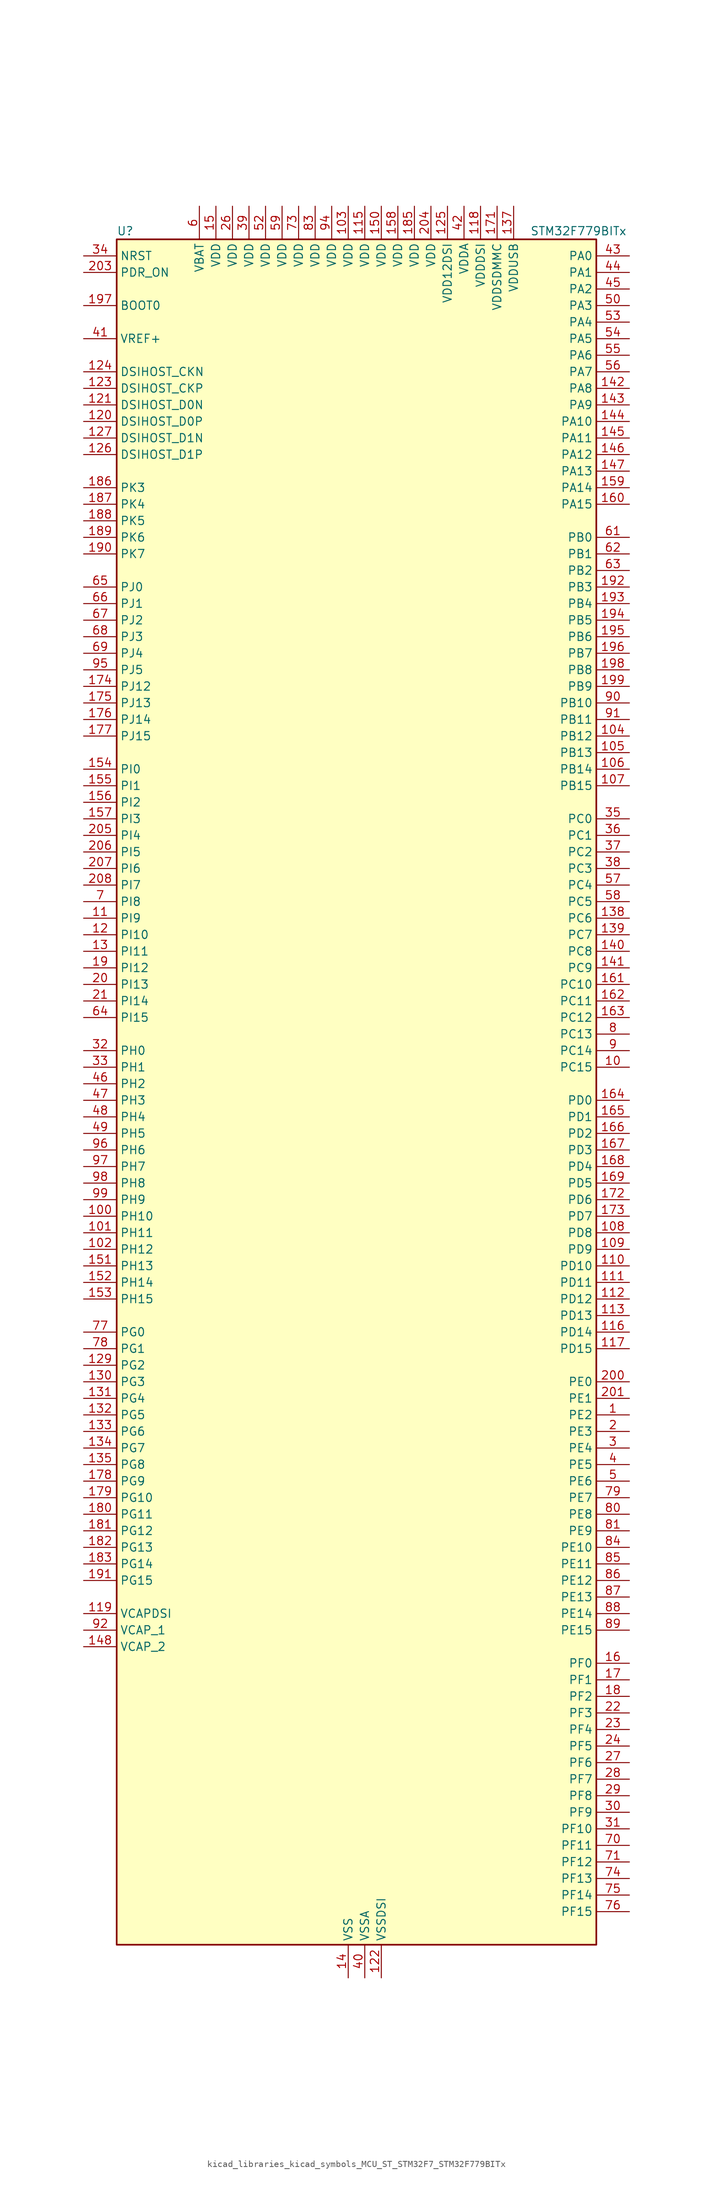
<source format=kicad_sym>
(kicad_symbol_lib
  (version 20220914)
  (generator kicad_symbol_editor)
  (symbol "kicad_libraries_kicad_symbols_MCU_ST_STM32F7_STM32F779BITx"
    (property "Reference" "U"
      (at -35.56 133.35 0)
      (effects (font (size 1.27 1.27)) (justify left)))
    (property "Value" "STM32F779BITx"
      (at 27.94 133.35 0)
      (effects (font (size 1.27 1.27)) (justify left)))
    (property "ki_locked" ""
      (at 0 0 0)
      (effects (font (size 1.27 1.27))))
    (symbol "kicad_libraries_kicad_symbols_MCU_ST_STM32F7_STM32F779BITx_0_1"
      (rectangle (start -35.56 -129.54) (end 38.1 132.08) (stroke (width 0.254) (type default)) (fill (type background))))
    (symbol "kicad_libraries_kicad_symbols_MCU_ST_STM32F7_STM32F779BITx_1_1"
      (pin bidirectional line (at 43.18 -48.26 180) (length 5.08) (name "PE2" (effects (font (size 1.27 1.27)))) (number "1" (effects (font (size 1.27 1.27)))) (alternate "ETH_TXD3" bidirectional line) (alternate "FMC_A23" bidirectional line) (alternate "QUADSPI_BK1_IO2" bidirectional line) (alternate "SAI1_MCLK_A" bidirectional line) (alternate "SPI4_SCK" bidirectional line) (alternate "SYS_TRACECLK" bidirectional line))
      (pin bidirectional line (at 43.18 5.08 180) (length 5.08) (name "PC15" (effects (font (size 1.27 1.27)))) (number "10" (effects (font (size 1.27 1.27)))) (alternate "RCC_OSC32_OUT" bidirectional line))
      (pin bidirectional line (at -40.64 -17.78 0) (length 5.08) (name "PH10" (effects (font (size 1.27 1.27)))) (number "100" (effects (font (size 1.27 1.27)))) (alternate "DCMI_D1" bidirectional line) (alternate "FMC_D18" bidirectional line) (alternate "I2C4_SMBA" bidirectional line) (alternate "LTDC_R4" bidirectional line) (alternate "TIM5_CH1" bidirectional line))
      (pin bidirectional line (at -40.64 -20.32 0) (length 5.08) (name "PH11" (effects (font (size 1.27 1.27)))) (number "101" (effects (font (size 1.27 1.27)))) (alternate "ADC1_EXTI11" bidirectional line) (alternate "ADC2_EXTI11" bidirectional line) (alternate "ADC3_EXTI11" bidirectional line) (alternate "DCMI_D2" bidirectional line) (alternate "FMC_D19" bidirectional line) (alternate "I2C4_SCL" bidirectional line) (alternate "LTDC_R5" bidirectional line) (alternate "TIM5_CH2" bidirectional line))
      (pin bidirectional line (at -40.64 -22.86 0) (length 5.08) (name "PH12" (effects (font (size 1.27 1.27)))) (number "102" (effects (font (size 1.27 1.27)))) (alternate "DCMI_D3" bidirectional line) (alternate "FMC_D20" bidirectional line) (alternate "I2C4_SDA" bidirectional line) (alternate "LTDC_R6" bidirectional line) (alternate "TIM5_CH3" bidirectional line))
      (pin power_in line (at 0 137.16 270) (length 5.08) (name "VDD" (effects (font (size 1.27 1.27)))) (number "103" (effects (font (size 1.27 1.27)))))
      (pin bidirectional line (at 43.18 55.88 180) (length 5.08) (name "PB12" (effects (font (size 1.27 1.27)))) (number "104" (effects (font (size 1.27 1.27)))) (alternate "CAN2_RX" bidirectional line) (alternate "DFSDM1_DATIN1" bidirectional line) (alternate "ETH_TXD0" bidirectional line) (alternate "I2C2_SMBA" bidirectional line) (alternate "I2S2_WS" bidirectional line) (alternate "SPI2_NSS" bidirectional line) (alternate "TIM1_BKIN" bidirectional line) (alternate "UART5_RX" bidirectional line) (alternate "USART3_CK" bidirectional line) (alternate "USB_OTG_HS_ID" bidirectional line) (alternate "USB_OTG_HS_ULPI_D5" bidirectional line))
      (pin bidirectional line (at 43.18 53.34 180) (length 5.08) (name "PB13" (effects (font (size 1.27 1.27)))) (number "105" (effects (font (size 1.27 1.27)))) (alternate "CAN2_TX" bidirectional line) (alternate "DFSDM1_CKIN1" bidirectional line) (alternate "ETH_TXD1" bidirectional line) (alternate "I2S2_CK" bidirectional line) (alternate "SPI2_SCK" bidirectional line) (alternate "TIM1_CH1N" bidirectional line) (alternate "UART5_TX" bidirectional line) (alternate "USART3_CTS" bidirectional line) (alternate "USB_OTG_HS_ULPI_D6" bidirectional line) (alternate "USB_OTG_HS_VBUS" bidirectional line))
      (pin bidirectional line (at 43.18 50.8 180) (length 5.08) (name "PB14" (effects (font (size 1.27 1.27)))) (number "106" (effects (font (size 1.27 1.27)))) (alternate "DFSDM1_DATIN2" bidirectional line) (alternate "SDMMC2_D0" bidirectional line) (alternate "SPI2_MISO" bidirectional line) (alternate "TIM12_CH1" bidirectional line) (alternate "TIM1_CH2N" bidirectional line) (alternate "TIM8_CH2N" bidirectional line) (alternate "UART4_DE" bidirectional line) (alternate "UART4_RTS" bidirectional line) (alternate "USART1_TX" bidirectional line) (alternate "USART3_DE" bidirectional line) (alternate "USART3_RTS" bidirectional line) (alternate "USB_OTG_HS_DM" bidirectional line))
      (pin bidirectional line (at 43.18 48.26 180) (length 5.08) (name "PB15" (effects (font (size 1.27 1.27)))) (number "107" (effects (font (size 1.27 1.27)))) (alternate "DFSDM1_CKIN2" bidirectional line) (alternate "I2S2_SD" bidirectional line) (alternate "RTC_REFIN" bidirectional line) (alternate "SDMMC2_D1" bidirectional line) (alternate "SPI2_MOSI" bidirectional line) (alternate "TIM12_CH2" bidirectional line) (alternate "TIM1_CH3N" bidirectional line) (alternate "TIM8_CH3N" bidirectional line) (alternate "UART4_CTS" bidirectional line) (alternate "USART1_RX" bidirectional line) (alternate "USB_OTG_HS_DP" bidirectional line))
      (pin bidirectional line (at 43.18 -20.32 180) (length 5.08) (name "PD8" (effects (font (size 1.27 1.27)))) (number "108" (effects (font (size 1.27 1.27)))) (alternate "DFSDM1_CKIN3" bidirectional line) (alternate "FMC_D13" bidirectional line) (alternate "FMC_DA13" bidirectional line) (alternate "SPDIFRX_IN1" bidirectional line) (alternate "USART3_TX" bidirectional line))
      (pin bidirectional line (at 43.18 -22.86 180) (length 5.08) (name "PD9" (effects (font (size 1.27 1.27)))) (number "109" (effects (font (size 1.27 1.27)))) (alternate "DAC_EXTI9" bidirectional line) (alternate "DFSDM1_DATIN3" bidirectional line) (alternate "FMC_D14" bidirectional line) (alternate "FMC_DA14" bidirectional line) (alternate "USART3_RX" bidirectional line))
      (pin bidirectional line (at -40.64 27.94 0) (length 5.08) (name "PI9" (effects (font (size 1.27 1.27)))) (number "11" (effects (font (size 1.27 1.27)))) (alternate "CAN1_RX" bidirectional line) (alternate "DAC_EXTI9" bidirectional line) (alternate "FMC_D30" bidirectional line) (alternate "LTDC_VSYNC" bidirectional line) (alternate "UART4_RX" bidirectional line))
      (pin bidirectional line (at 43.18 -25.4 180) (length 5.08) (name "PD10" (effects (font (size 1.27 1.27)))) (number "110" (effects (font (size 1.27 1.27)))) (alternate "DFSDM1_CKOUT" bidirectional line) (alternate "FMC_D15" bidirectional line) (alternate "FMC_DA15" bidirectional line) (alternate "LTDC_B3" bidirectional line) (alternate "USART3_CK" bidirectional line))
      (pin bidirectional line (at 43.18 -27.94 180) (length 5.08) (name "PD11" (effects (font (size 1.27 1.27)))) (number "111" (effects (font (size 1.27 1.27)))) (alternate "ADC1_EXTI11" bidirectional line) (alternate "ADC2_EXTI11" bidirectional line) (alternate "ADC3_EXTI11" bidirectional line) (alternate "FMC_A16" bidirectional line) (alternate "FMC_CLE" bidirectional line) (alternate "I2C4_SMBA" bidirectional line) (alternate "QUADSPI_BK1_IO0" bidirectional line) (alternate "SAI2_SD_A" bidirectional line) (alternate "USART3_CTS" bidirectional line))
      (pin bidirectional line (at 43.18 -30.48 180) (length 5.08) (name "PD12" (effects (font (size 1.27 1.27)))) (number "112" (effects (font (size 1.27 1.27)))) (alternate "FMC_A17" bidirectional line) (alternate "FMC_ALE" bidirectional line) (alternate "I2C4_SCL" bidirectional line) (alternate "LPTIM1_IN1" bidirectional line) (alternate "QUADSPI_BK1_IO1" bidirectional line) (alternate "SAI2_FS_A" bidirectional line) (alternate "TIM4_CH1" bidirectional line) (alternate "USART3_DE" bidirectional line) (alternate "USART3_RTS" bidirectional line))
      (pin bidirectional line (at 43.18 -33.02 180) (length 5.08) (name "PD13" (effects (font (size 1.27 1.27)))) (number "113" (effects (font (size 1.27 1.27)))) (alternate "FMC_A18" bidirectional line) (alternate "I2C4_SDA" bidirectional line) (alternate "LPTIM1_OUT" bidirectional line) (alternate "QUADSPI_BK1_IO3" bidirectional line) (alternate "SAI2_SCK_A" bidirectional line) (alternate "TIM4_CH2" bidirectional line))
      (pin passive line (at 0 -134.62 90) (length 5.08) hide (name "VSS" (effects (font (size 1.27 1.27)))) (number "114" (effects (font (size 1.27 1.27)))))
      (pin power_in line (at 2.54 137.16 270) (length 5.08) (name "VDD" (effects (font (size 1.27 1.27)))) (number "115" (effects (font (size 1.27 1.27)))))
      (pin bidirectional line (at 43.18 -35.56 180) (length 5.08) (name "PD14" (effects (font (size 1.27 1.27)))) (number "116" (effects (font (size 1.27 1.27)))) (alternate "FMC_D0" bidirectional line) (alternate "FMC_DA0" bidirectional line) (alternate "TIM4_CH3" bidirectional line) (alternate "UART8_CTS" bidirectional line))
      (pin bidirectional line (at 43.18 -38.1 180) (length 5.08) (name "PD15" (effects (font (size 1.27 1.27)))) (number "117" (effects (font (size 1.27 1.27)))) (alternate "FMC_D1" bidirectional line) (alternate "FMC_DA1" bidirectional line) (alternate "TIM4_CH4" bidirectional line) (alternate "UART8_DE" bidirectional line) (alternate "UART8_RTS" bidirectional line))
      (pin power_in line (at 20.32 137.16 270) (length 5.08) (name "VDDDSI" (effects (font (size 1.27 1.27)))) (number "118" (effects (font (size 1.27 1.27)))))
      (pin power_out line (at -40.64 -78.74 0) (length 5.08) (name "VCAPDSI" (effects (font (size 1.27 1.27)))) (number "119" (effects (font (size 1.27 1.27)))))
      (pin bidirectional line (at -40.64 25.4 0) (length 5.08) (name "PI10" (effects (font (size 1.27 1.27)))) (number "12" (effects (font (size 1.27 1.27)))) (alternate "ETH_RX_ER" bidirectional line) (alternate "FMC_D31" bidirectional line) (alternate "LTDC_HSYNC" bidirectional line))
      (pin bidirectional line (at -40.64 104.14 0) (length 5.08) (name "DSIHOST_D0P" (effects (font (size 1.27 1.27)))) (number "120" (effects (font (size 1.27 1.27)))) (alternate "DSIHOST_D0P" bidirectional line))
      (pin bidirectional line (at -40.64 106.68 0) (length 5.08) (name "DSIHOST_D0N" (effects (font (size 1.27 1.27)))) (number "121" (effects (font (size 1.27 1.27)))) (alternate "DSIHOST_D0N" bidirectional line))
      (pin power_in line (at 5.08 -134.62 90) (length 5.08) (name "VSSDSI" (effects (font (size 1.27 1.27)))) (number "122" (effects (font (size 1.27 1.27)))))
      (pin bidirectional line (at -40.64 109.22 0) (length 5.08) (name "DSIHOST_CKP" (effects (font (size 1.27 1.27)))) (number "123" (effects (font (size 1.27 1.27)))) (alternate "DSIHOST_CKP" bidirectional line))
      (pin bidirectional line (at -40.64 111.76 0) (length 5.08) (name "DSIHOST_CKN" (effects (font (size 1.27 1.27)))) (number "124" (effects (font (size 1.27 1.27)))) (alternate "DSIHOST_CKN" bidirectional line))
      (pin power_in line (at 15.24 137.16 270) (length 5.08) (name "VDD12DSI" (effects (font (size 1.27 1.27)))) (number "125" (effects (font (size 1.27 1.27)))))
      (pin bidirectional line (at -40.64 99.06 0) (length 5.08) (name "DSIHOST_D1P" (effects (font (size 1.27 1.27)))) (number "126" (effects (font (size 1.27 1.27)))) (alternate "DSIHOST_D1P" bidirectional line))
      (pin bidirectional line (at -40.64 101.6 0) (length 5.08) (name "DSIHOST_D1N" (effects (font (size 1.27 1.27)))) (number "127" (effects (font (size 1.27 1.27)))) (alternate "DSIHOST_D1N" bidirectional line))
      (pin passive line (at 5.08 -134.62 90) (length 5.08) hide (name "VSSDSI" (effects (font (size 1.27 1.27)))) (number "128" (effects (font (size 1.27 1.27)))))
      (pin bidirectional line (at -40.64 -40.64 0) (length 5.08) (name "PG2" (effects (font (size 1.27 1.27)))) (number "129" (effects (font (size 1.27 1.27)))) (alternate "FMC_A12" bidirectional line))
      (pin bidirectional line (at -40.64 22.86 0) (length 5.08) (name "PI11" (effects (font (size 1.27 1.27)))) (number "13" (effects (font (size 1.27 1.27)))) (alternate "ADC1_EXTI11" bidirectional line) (alternate "ADC2_EXTI11" bidirectional line) (alternate "ADC3_EXTI11" bidirectional line) (alternate "LTDC_G6" bidirectional line) (alternate "SYS_WKUP6" bidirectional line) (alternate "USB_OTG_HS_ULPI_DIR" bidirectional line))
      (pin bidirectional line (at -40.64 -43.18 0) (length 5.08) (name "PG3" (effects (font (size 1.27 1.27)))) (number "130" (effects (font (size 1.27 1.27)))) (alternate "FMC_A13" bidirectional line))
      (pin bidirectional line (at -40.64 -45.72 0) (length 5.08) (name "PG4" (effects (font (size 1.27 1.27)))) (number "131" (effects (font (size 1.27 1.27)))) (alternate "FMC_A14" bidirectional line) (alternate "FMC_BA0" bidirectional line))
      (pin bidirectional line (at -40.64 -48.26 0) (length 5.08) (name "PG5" (effects (font (size 1.27 1.27)))) (number "132" (effects (font (size 1.27 1.27)))) (alternate "FMC_A15" bidirectional line) (alternate "FMC_BA1" bidirectional line))
      (pin bidirectional line (at -40.64 -50.8 0) (length 5.08) (name "PG6" (effects (font (size 1.27 1.27)))) (number "133" (effects (font (size 1.27 1.27)))) (alternate "DCMI_D12" bidirectional line) (alternate "FMC_NE3" bidirectional line) (alternate "LTDC_R7" bidirectional line))
      (pin bidirectional line (at -40.64 -53.34 0) (length 5.08) (name "PG7" (effects (font (size 1.27 1.27)))) (number "134" (effects (font (size 1.27 1.27)))) (alternate "DCMI_D13" bidirectional line) (alternate "FMC_INT" bidirectional line) (alternate "LTDC_CLK" bidirectional line) (alternate "SAI1_MCLK_A" bidirectional line) (alternate "USART6_CK" bidirectional line))
      (pin bidirectional line (at -40.64 -55.88 0) (length 5.08) (name "PG8" (effects (font (size 1.27 1.27)))) (number "135" (effects (font (size 1.27 1.27)))) (alternate "ETH_PPS_OUT" bidirectional line) (alternate "FMC_SDCLK" bidirectional line) (alternate "LTDC_G7" bidirectional line) (alternate "SPDIFRX_IN2" bidirectional line) (alternate "SPI6_NSS" bidirectional line) (alternate "USART6_DE" bidirectional line) (alternate "USART6_RTS" bidirectional line))
      (pin passive line (at 0 -134.62 90) (length 5.08) hide (name "VSS" (effects (font (size 1.27 1.27)))) (number "136" (effects (font (size 1.27 1.27)))))
      (pin power_in line (at 25.4 137.16 270) (length 5.08) (name "VDDUSB" (effects (font (size 1.27 1.27)))) (number "137" (effects (font (size 1.27 1.27)))))
      (pin bidirectional line (at 43.18 27.94 180) (length 5.08) (name "PC6" (effects (font (size 1.27 1.27)))) (number "138" (effects (font (size 1.27 1.27)))) (alternate "DCMI_D0" bidirectional line) (alternate "DFSDM1_CKIN3" bidirectional line) (alternate "FMC_NWAIT" bidirectional line) (alternate "I2S2_MCK" bidirectional line) (alternate "LTDC_HSYNC" bidirectional line) (alternate "SDMMC1_D6" bidirectional line) (alternate "SDMMC2_D6" bidirectional line) (alternate "TIM3_CH1" bidirectional line) (alternate "TIM8_CH1" bidirectional line) (alternate "USART6_TX" bidirectional line))
      (pin bidirectional line (at 43.18 25.4 180) (length 5.08) (name "PC7" (effects (font (size 1.27 1.27)))) (number "139" (effects (font (size 1.27 1.27)))) (alternate "DCMI_D1" bidirectional line) (alternate "DFSDM1_DATIN3" bidirectional line) (alternate "FMC_NE1" bidirectional line) (alternate "I2S3_MCK" bidirectional line) (alternate "LTDC_G6" bidirectional line) (alternate "SDMMC1_D7" bidirectional line) (alternate "SDMMC2_D7" bidirectional line) (alternate "TIM3_CH2" bidirectional line) (alternate "TIM8_CH2" bidirectional line) (alternate "USART6_RX" bidirectional line))
      (pin power_in line (at 0 -134.62 90) (length 5.08) (name "VSS" (effects (font (size 1.27 1.27)))) (number "14" (effects (font (size 1.27 1.27)))))
      (pin bidirectional line (at 43.18 22.86 180) (length 5.08) (name "PC8" (effects (font (size 1.27 1.27)))) (number "140" (effects (font (size 1.27 1.27)))) (alternate "DCMI_D2" bidirectional line) (alternate "FMC_NCE" bidirectional line) (alternate "FMC_NE2" bidirectional line) (alternate "SDMMC1_D0" bidirectional line) (alternate "SYS_TRACED1" bidirectional line) (alternate "TIM3_CH3" bidirectional line) (alternate "TIM8_CH3" bidirectional line) (alternate "UART5_DE" bidirectional line) (alternate "UART5_RTS" bidirectional line) (alternate "USART6_CK" bidirectional line))
      (pin bidirectional line (at 43.18 20.32 180) (length 5.08) (name "PC9" (effects (font (size 1.27 1.27)))) (number "141" (effects (font (size 1.27 1.27)))) (alternate "DAC_EXTI9" bidirectional line) (alternate "DCMI_D3" bidirectional line) (alternate "I2C3_SDA" bidirectional line) (alternate "I2S_CKIN" bidirectional line) (alternate "LTDC_B2" bidirectional line) (alternate "LTDC_G3" bidirectional line) (alternate "QUADSPI_BK1_IO0" bidirectional line) (alternate "RCC_MCO_2" bidirectional line) (alternate "SDMMC1_D1" bidirectional line) (alternate "TIM3_CH4" bidirectional line) (alternate "TIM8_CH4" bidirectional line) (alternate "UART5_CTS" bidirectional line))
      (pin bidirectional line (at 43.18 109.22 180) (length 5.08) (name "PA8" (effects (font (size 1.27 1.27)))) (number "142" (effects (font (size 1.27 1.27)))) (alternate "CAN3_RX" bidirectional line) (alternate "I2C3_SCL" bidirectional line) (alternate "LTDC_B3" bidirectional line) (alternate "LTDC_R6" bidirectional line) (alternate "RCC_MCO_1" bidirectional line) (alternate "TIM1_CH1" bidirectional line) (alternate "TIM8_BKIN2" bidirectional line) (alternate "UART7_RX" bidirectional line) (alternate "USART1_CK" bidirectional line) (alternate "USB_OTG_FS_SOF" bidirectional line))
      (pin bidirectional line (at 43.18 106.68 180) (length 5.08) (name "PA9" (effects (font (size 1.27 1.27)))) (number "143" (effects (font (size 1.27 1.27)))) (alternate "DAC_EXTI9" bidirectional line) (alternate "DCMI_D0" bidirectional line) (alternate "I2C3_SMBA" bidirectional line) (alternate "I2S2_CK" bidirectional line) (alternate "LTDC_R5" bidirectional line) (alternate "SPI2_SCK" bidirectional line) (alternate "TIM1_CH2" bidirectional line) (alternate "USART1_TX" bidirectional line) (alternate "USB_OTG_FS_VBUS" bidirectional line))
      (pin bidirectional line (at 43.18 104.14 180) (length 5.08) (name "PA10" (effects (font (size 1.27 1.27)))) (number "144" (effects (font (size 1.27 1.27)))) (alternate "DCMI_D1" bidirectional line) (alternate "LTDC_B1" bidirectional line) (alternate "LTDC_B4" bidirectional line) (alternate "MDIOS_MDIO" bidirectional line) (alternate "TIM1_CH3" bidirectional line) (alternate "USART1_RX" bidirectional line) (alternate "USB_OTG_FS_ID" bidirectional line))
      (pin bidirectional line (at 43.18 101.6 180) (length 5.08) (name "PA11" (effects (font (size 1.27 1.27)))) (number "145" (effects (font (size 1.27 1.27)))) (alternate "ADC1_EXTI11" bidirectional line) (alternate "ADC2_EXTI11" bidirectional line) (alternate "ADC3_EXTI11" bidirectional line) (alternate "CAN1_RX" bidirectional line) (alternate "I2S2_WS" bidirectional line) (alternate "LTDC_R4" bidirectional line) (alternate "SPI2_NSS" bidirectional line) (alternate "TIM1_CH4" bidirectional line) (alternate "UART4_RX" bidirectional line) (alternate "USART1_CTS" bidirectional line) (alternate "USB_OTG_FS_DM" bidirectional line))
      (pin bidirectional line (at 43.18 99.06 180) (length 5.08) (name "PA12" (effects (font (size 1.27 1.27)))) (number "146" (effects (font (size 1.27 1.27)))) (alternate "CAN1_TX" bidirectional line) (alternate "I2S2_CK" bidirectional line) (alternate "LTDC_R5" bidirectional line) (alternate "SAI2_FS_B" bidirectional line) (alternate "SPI2_SCK" bidirectional line) (alternate "TIM1_ETR" bidirectional line) (alternate "UART4_TX" bidirectional line) (alternate "USART1_DE" bidirectional line) (alternate "USART1_RTS" bidirectional line) (alternate "USB_OTG_FS_DP" bidirectional line))
      (pin bidirectional line (at 43.18 96.52 180) (length 5.08) (name "PA13" (effects (font (size 1.27 1.27)))) (number "147" (effects (font (size 1.27 1.27)))) (alternate "SYS_JTMS-SWDIO" bidirectional line))
      (pin power_out line (at -40.64 -83.82 0) (length 5.08) (name "VCAP_2" (effects (font (size 1.27 1.27)))) (number "148" (effects (font (size 1.27 1.27)))))
      (pin passive line (at 0 -134.62 90) (length 5.08) hide (name "VSS" (effects (font (size 1.27 1.27)))) (number "149" (effects (font (size 1.27 1.27)))))
      (pin power_in line (at -20.32 137.16 270) (length 5.08) (name "VDD" (effects (font (size 1.27 1.27)))) (number "15" (effects (font (size 1.27 1.27)))))
      (pin power_in line (at 5.08 137.16 270) (length 5.08) (name "VDD" (effects (font (size 1.27 1.27)))) (number "150" (effects (font (size 1.27 1.27)))))
      (pin bidirectional line (at -40.64 -25.4 0) (length 5.08) (name "PH13" (effects (font (size 1.27 1.27)))) (number "151" (effects (font (size 1.27 1.27)))) (alternate "CAN1_TX" bidirectional line) (alternate "FMC_D21" bidirectional line) (alternate "LTDC_G2" bidirectional line) (alternate "TIM8_CH1N" bidirectional line) (alternate "UART4_TX" bidirectional line))
      (pin bidirectional line (at -40.64 -27.94 0) (length 5.08) (name "PH14" (effects (font (size 1.27 1.27)))) (number "152" (effects (font (size 1.27 1.27)))) (alternate "CAN1_RX" bidirectional line) (alternate "DCMI_D4" bidirectional line) (alternate "FMC_D22" bidirectional line) (alternate "LTDC_G3" bidirectional line) (alternate "TIM8_CH2N" bidirectional line) (alternate "UART4_RX" bidirectional line))
      (pin bidirectional line (at -40.64 -30.48 0) (length 5.08) (name "PH15" (effects (font (size 1.27 1.27)))) (number "153" (effects (font (size 1.27 1.27)))) (alternate "DCMI_D11" bidirectional line) (alternate "FMC_D23" bidirectional line) (alternate "LTDC_G4" bidirectional line) (alternate "TIM8_CH3N" bidirectional line))
      (pin bidirectional line (at -40.64 50.8 0) (length 5.08) (name "PI0" (effects (font (size 1.27 1.27)))) (number "154" (effects (font (size 1.27 1.27)))) (alternate "DCMI_D13" bidirectional line) (alternate "FMC_D24" bidirectional line) (alternate "I2S2_WS" bidirectional line) (alternate "LTDC_G5" bidirectional line) (alternate "SPI2_NSS" bidirectional line) (alternate "TIM5_CH4" bidirectional line))
      (pin bidirectional line (at -40.64 48.26 0) (length 5.08) (name "PI1" (effects (font (size 1.27 1.27)))) (number "155" (effects (font (size 1.27 1.27)))) (alternate "DCMI_D8" bidirectional line) (alternate "FMC_D25" bidirectional line) (alternate "I2S2_CK" bidirectional line) (alternate "LTDC_G6" bidirectional line) (alternate "SPI2_SCK" bidirectional line) (alternate "TIM8_BKIN2" bidirectional line))
      (pin bidirectional line (at -40.64 45.72 0) (length 5.08) (name "PI2" (effects (font (size 1.27 1.27)))) (number "156" (effects (font (size 1.27 1.27)))) (alternate "DCMI_D9" bidirectional line) (alternate "FMC_D26" bidirectional line) (alternate "LTDC_G7" bidirectional line) (alternate "SPI2_MISO" bidirectional line) (alternate "TIM8_CH4" bidirectional line))
      (pin bidirectional line (at -40.64 43.18 0) (length 5.08) (name "PI3" (effects (font (size 1.27 1.27)))) (number "157" (effects (font (size 1.27 1.27)))) (alternate "DCMI_D10" bidirectional line) (alternate "FMC_D27" bidirectional line) (alternate "I2S2_SD" bidirectional line) (alternate "SPI2_MOSI" bidirectional line) (alternate "TIM8_ETR" bidirectional line))
      (pin power_in line (at 7.62 137.16 270) (length 5.08) (name "VDD" (effects (font (size 1.27 1.27)))) (number "158" (effects (font (size 1.27 1.27)))))
      (pin bidirectional line (at 43.18 93.98 180) (length 5.08) (name "PA14" (effects (font (size 1.27 1.27)))) (number "159" (effects (font (size 1.27 1.27)))) (alternate "SYS_JTCK-SWCLK" bidirectional line))
      (pin bidirectional line (at 43.18 -86.36 180) (length 5.08) (name "PF0" (effects (font (size 1.27 1.27)))) (number "16" (effects (font (size 1.27 1.27)))) (alternate "FMC_A0" bidirectional line) (alternate "I2C2_SDA" bidirectional line))
      (pin bidirectional line (at 43.18 91.44 180) (length 5.08) (name "PA15" (effects (font (size 1.27 1.27)))) (number "160" (effects (font (size 1.27 1.27)))) (alternate "CAN3_TX" bidirectional line) (alternate "CEC" bidirectional line) (alternate "I2S1_WS" bidirectional line) (alternate "I2S3_WS" bidirectional line) (alternate "SPI1_NSS" bidirectional line) (alternate "SPI3_NSS" bidirectional line) (alternate "SPI6_NSS" bidirectional line) (alternate "SYS_JTDI" bidirectional line) (alternate "TIM2_CH1" bidirectional line) (alternate "TIM2_ETR" bidirectional line) (alternate "UART4_DE" bidirectional line) (alternate "UART4_RTS" bidirectional line) (alternate "UART7_TX" bidirectional line))
      (pin bidirectional line (at 43.18 17.78 180) (length 5.08) (name "PC10" (effects (font (size 1.27 1.27)))) (number "161" (effects (font (size 1.27 1.27)))) (alternate "DCMI_D8" bidirectional line) (alternate "DFSDM1_CKIN5" bidirectional line) (alternate "I2S3_CK" bidirectional line) (alternate "LTDC_R2" bidirectional line) (alternate "QUADSPI_BK1_IO1" bidirectional line) (alternate "SDMMC1_D2" bidirectional line) (alternate "SPI3_SCK" bidirectional line) (alternate "UART4_TX" bidirectional line) (alternate "USART3_TX" bidirectional line))
      (pin bidirectional line (at 43.18 15.24 180) (length 5.08) (name "PC11" (effects (font (size 1.27 1.27)))) (number "162" (effects (font (size 1.27 1.27)))) (alternate "ADC1_EXTI11" bidirectional line) (alternate "ADC2_EXTI11" bidirectional line) (alternate "ADC3_EXTI11" bidirectional line) (alternate "DCMI_D4" bidirectional line) (alternate "DFSDM1_DATIN5" bidirectional line) (alternate "QUADSPI_BK2_NCS" bidirectional line) (alternate "SDMMC1_D3" bidirectional line) (alternate "SPI3_MISO" bidirectional line) (alternate "UART4_RX" bidirectional line) (alternate "USART3_RX" bidirectional line))
      (pin bidirectional line (at 43.18 12.7 180) (length 5.08) (name "PC12" (effects (font (size 1.27 1.27)))) (number "163" (effects (font (size 1.27 1.27)))) (alternate "DCMI_D9" bidirectional line) (alternate "I2S3_SD" bidirectional line) (alternate "SDMMC1_CK" bidirectional line) (alternate "SPI3_MOSI" bidirectional line) (alternate "SYS_TRACED3" bidirectional line) (alternate "UART5_TX" bidirectional line) (alternate "USART3_CK" bidirectional line))
      (pin bidirectional line (at 43.18 0 180) (length 5.08) (name "PD0" (effects (font (size 1.27 1.27)))) (number "164" (effects (font (size 1.27 1.27)))) (alternate "CAN1_RX" bidirectional line) (alternate "DFSDM1_CKIN6" bidirectional line) (alternate "DFSDM1_DATIN7" bidirectional line) (alternate "FMC_D2" bidirectional line) (alternate "FMC_DA2" bidirectional line) (alternate "UART4_RX" bidirectional line))
      (pin bidirectional line (at 43.18 -2.54 180) (length 5.08) (name "PD1" (effects (font (size 1.27 1.27)))) (number "165" (effects (font (size 1.27 1.27)))) (alternate "CAN1_TX" bidirectional line) (alternate "DFSDM1_CKIN7" bidirectional line) (alternate "DFSDM1_DATIN6" bidirectional line) (alternate "FMC_D3" bidirectional line) (alternate "FMC_DA3" bidirectional line) (alternate "UART4_TX" bidirectional line))
      (pin bidirectional line (at 43.18 -5.08 180) (length 5.08) (name "PD2" (effects (font (size 1.27 1.27)))) (number "166" (effects (font (size 1.27 1.27)))) (alternate "DCMI_D11" bidirectional line) (alternate "SDMMC1_CMD" bidirectional line) (alternate "SYS_TRACED2" bidirectional line) (alternate "TIM3_ETR" bidirectional line) (alternate "UART5_RX" bidirectional line))
      (pin bidirectional line (at 43.18 -7.62 180) (length 5.08) (name "PD3" (effects (font (size 1.27 1.27)))) (number "167" (effects (font (size 1.27 1.27)))) (alternate "DCMI_D5" bidirectional line) (alternate "DFSDM1_CKOUT" bidirectional line) (alternate "DFSDM1_DATIN0" bidirectional line) (alternate "FMC_CLK" bidirectional line) (alternate "I2S2_CK" bidirectional line) (alternate "LTDC_G7" bidirectional line) (alternate "SPI2_SCK" bidirectional line) (alternate "USART2_CTS" bidirectional line))
      (pin bidirectional line (at 43.18 -10.16 180) (length 5.08) (name "PD4" (effects (font (size 1.27 1.27)))) (number "168" (effects (font (size 1.27 1.27)))) (alternate "DFSDM1_CKIN0" bidirectional line) (alternate "FMC_NOE" bidirectional line) (alternate "USART2_DE" bidirectional line) (alternate "USART2_RTS" bidirectional line))
      (pin bidirectional line (at 43.18 -12.7 180) (length 5.08) (name "PD5" (effects (font (size 1.27 1.27)))) (number "169" (effects (font (size 1.27 1.27)))) (alternate "FMC_NWE" bidirectional line) (alternate "USART2_TX" bidirectional line))
      (pin bidirectional line (at 43.18 -88.9 180) (length 5.08) (name "PF1" (effects (font (size 1.27 1.27)))) (number "17" (effects (font (size 1.27 1.27)))) (alternate "FMC_A1" bidirectional line) (alternate "I2C2_SCL" bidirectional line))
      (pin passive line (at 0 -134.62 90) (length 5.08) hide (name "VSS" (effects (font (size 1.27 1.27)))) (number "170" (effects (font (size 1.27 1.27)))))
      (pin power_in line (at 22.86 137.16 270) (length 5.08) (name "VDDSDMMC" (effects (font (size 1.27 1.27)))) (number "171" (effects (font (size 1.27 1.27)))))
      (pin bidirectional line (at 43.18 -15.24 180) (length 5.08) (name "PD6" (effects (font (size 1.27 1.27)))) (number "172" (effects (font (size 1.27 1.27)))) (alternate "DCMI_D10" bidirectional line) (alternate "DFSDM1_CKIN4" bidirectional line) (alternate "DFSDM1_DATIN1" bidirectional line) (alternate "FMC_NWAIT" bidirectional line) (alternate "I2S3_SD" bidirectional line) (alternate "LTDC_B2" bidirectional line) (alternate "SAI1_SD_A" bidirectional line) (alternate "SDMMC2_CK" bidirectional line) (alternate "SPI3_MOSI" bidirectional line) (alternate "USART2_RX" bidirectional line))
      (pin bidirectional line (at 43.18 -17.78 180) (length 5.08) (name "PD7" (effects (font (size 1.27 1.27)))) (number "173" (effects (font (size 1.27 1.27)))) (alternate "DFSDM1_CKIN1" bidirectional line) (alternate "DFSDM1_DATIN4" bidirectional line) (alternate "FMC_NE1" bidirectional line) (alternate "I2S1_SD" bidirectional line) (alternate "SDMMC2_CMD" bidirectional line) (alternate "SPDIFRX_IN0" bidirectional line) (alternate "SPI1_MOSI" bidirectional line) (alternate "USART2_CK" bidirectional line))
      (pin bidirectional line (at -40.64 63.5 0) (length 5.08) (name "PJ12" (effects (font (size 1.27 1.27)))) (number "174" (effects (font (size 1.27 1.27)))) (alternate "LTDC_B0" bidirectional line) (alternate "LTDC_G3" bidirectional line))
      (pin bidirectional line (at -40.64 60.96 0) (length 5.08) (name "PJ13" (effects (font (size 1.27 1.27)))) (number "175" (effects (font (size 1.27 1.27)))) (alternate "LTDC_B1" bidirectional line) (alternate "LTDC_G4" bidirectional line))
      (pin bidirectional line (at -40.64 58.42 0) (length 5.08) (name "PJ14" (effects (font (size 1.27 1.27)))) (number "176" (effects (font (size 1.27 1.27)))) (alternate "LTDC_B2" bidirectional line))
      (pin bidirectional line (at -40.64 55.88 0) (length 5.08) (name "PJ15" (effects (font (size 1.27 1.27)))) (number "177" (effects (font (size 1.27 1.27)))) (alternate "LTDC_B3" bidirectional line))
      (pin bidirectional line (at -40.64 -58.42 0) (length 5.08) (name "PG9" (effects (font (size 1.27 1.27)))) (number "178" (effects (font (size 1.27 1.27)))) (alternate "DAC_EXTI9" bidirectional line) (alternate "DCMI_VSYNC" bidirectional line) (alternate "FMC_NCE" bidirectional line) (alternate "FMC_NE2" bidirectional line) (alternate "QUADSPI_BK2_IO2" bidirectional line) (alternate "SAI2_FS_B" bidirectional line) (alternate "SDMMC2_D0" bidirectional line) (alternate "SPDIFRX_IN3" bidirectional line) (alternate "SPI1_MISO" bidirectional line) (alternate "USART6_RX" bidirectional line))
      (pin bidirectional line (at -40.64 -60.96 0) (length 5.08) (name "PG10" (effects (font (size 1.27 1.27)))) (number "179" (effects (font (size 1.27 1.27)))) (alternate "DCMI_D2" bidirectional line) (alternate "FMC_NE3" bidirectional line) (alternate "I2S1_WS" bidirectional line) (alternate "LTDC_B2" bidirectional line) (alternate "LTDC_G3" bidirectional line) (alternate "SAI2_SD_B" bidirectional line) (alternate "SDMMC2_D1" bidirectional line) (alternate "SPI1_NSS" bidirectional line))
      (pin bidirectional line (at 43.18 -91.44 180) (length 5.08) (name "PF2" (effects (font (size 1.27 1.27)))) (number "18" (effects (font (size 1.27 1.27)))) (alternate "FMC_A2" bidirectional line) (alternate "I2C2_SMBA" bidirectional line))
      (pin bidirectional line (at -40.64 -63.5 0) (length 5.08) (name "PG11" (effects (font (size 1.27 1.27)))) (number "180" (effects (font (size 1.27 1.27)))) (alternate "ADC1_EXTI11" bidirectional line) (alternate "ADC2_EXTI11" bidirectional line) (alternate "ADC3_EXTI11" bidirectional line) (alternate "DCMI_D3" bidirectional line) (alternate "ETH_TX_EN" bidirectional line) (alternate "I2S1_CK" bidirectional line) (alternate "LTDC_B3" bidirectional line) (alternate "SDMMC2_D2" bidirectional line) (alternate "SPDIFRX_IN0" bidirectional line) (alternate "SPI1_SCK" bidirectional line))
      (pin bidirectional line (at -40.64 -66.04 0) (length 5.08) (name "PG12" (effects (font (size 1.27 1.27)))) (number "181" (effects (font (size 1.27 1.27)))) (alternate "FMC_NE4" bidirectional line) (alternate "LPTIM1_IN1" bidirectional line) (alternate "LTDC_B1" bidirectional line) (alternate "LTDC_B4" bidirectional line) (alternate "SDMMC2_D3" bidirectional line) (alternate "SPDIFRX_IN1" bidirectional line) (alternate "SPI6_MISO" bidirectional line) (alternate "USART6_DE" bidirectional line) (alternate "USART6_RTS" bidirectional line))
      (pin bidirectional line (at -40.64 -68.58 0) (length 5.08) (name "PG13" (effects (font (size 1.27 1.27)))) (number "182" (effects (font (size 1.27 1.27)))) (alternate "ETH_TXD0" bidirectional line) (alternate "FMC_A24" bidirectional line) (alternate "LPTIM1_OUT" bidirectional line) (alternate "LTDC_R0" bidirectional line) (alternate "SPI6_SCK" bidirectional line) (alternate "SYS_TRACED0" bidirectional line) (alternate "USART6_CTS" bidirectional line))
      (pin bidirectional line (at -40.64 -71.12 0) (length 5.08) (name "PG14" (effects (font (size 1.27 1.27)))) (number "183" (effects (font (size 1.27 1.27)))) (alternate "ETH_TXD1" bidirectional line) (alternate "FMC_A25" bidirectional line) (alternate "LPTIM1_ETR" bidirectional line) (alternate "LTDC_B0" bidirectional line) (alternate "QUADSPI_BK2_IO3" bidirectional line) (alternate "SPI6_MOSI" bidirectional line) (alternate "SYS_TRACED1" bidirectional line) (alternate "USART6_TX" bidirectional line))
      (pin passive line (at 0 -134.62 90) (length 5.08) hide (name "VSS" (effects (font (size 1.27 1.27)))) (number "184" (effects (font (size 1.27 1.27)))))
      (pin power_in line (at 10.16 137.16 270) (length 5.08) (name "VDD" (effects (font (size 1.27 1.27)))) (number "185" (effects (font (size 1.27 1.27)))))
      (pin bidirectional line (at -40.64 93.98 0) (length 5.08) (name "PK3" (effects (font (size 1.27 1.27)))) (number "186" (effects (font (size 1.27 1.27)))) (alternate "LTDC_B4" bidirectional line))
      (pin bidirectional line (at -40.64 91.44 0) (length 5.08) (name "PK4" (effects (font (size 1.27 1.27)))) (number "187" (effects (font (size 1.27 1.27)))) (alternate "LTDC_B5" bidirectional line))
      (pin bidirectional line (at -40.64 88.9 0) (length 5.08) (name "PK5" (effects (font (size 1.27 1.27)))) (number "188" (effects (font (size 1.27 1.27)))) (alternate "LTDC_B6" bidirectional line))
      (pin bidirectional line (at -40.64 86.36 0) (length 5.08) (name "PK6" (effects (font (size 1.27 1.27)))) (number "189" (effects (font (size 1.27 1.27)))) (alternate "LTDC_B7" bidirectional line))
      (pin bidirectional line (at -40.64 20.32 0) (length 5.08) (name "PI12" (effects (font (size 1.27 1.27)))) (number "19" (effects (font (size 1.27 1.27)))) (alternate "LTDC_HSYNC" bidirectional line))
      (pin bidirectional line (at -40.64 83.82 0) (length 5.08) (name "PK7" (effects (font (size 1.27 1.27)))) (number "190" (effects (font (size 1.27 1.27)))) (alternate "LTDC_DE" bidirectional line))
      (pin bidirectional line (at -40.64 -73.66 0) (length 5.08) (name "PG15" (effects (font (size 1.27 1.27)))) (number "191" (effects (font (size 1.27 1.27)))) (alternate "DCMI_D13" bidirectional line) (alternate "FMC_SDNCAS" bidirectional line) (alternate "USART6_CTS" bidirectional line))
      (pin bidirectional line (at 43.18 78.74 180) (length 5.08) (name "PB3" (effects (font (size 1.27 1.27)))) (number "192" (effects (font (size 1.27 1.27)))) (alternate "CAN3_RX" bidirectional line) (alternate "I2S1_CK" bidirectional line) (alternate "I2S3_CK" bidirectional line) (alternate "SDMMC2_D2" bidirectional line) (alternate "SPI1_SCK" bidirectional line) (alternate "SPI3_SCK" bidirectional line) (alternate "SPI6_SCK" bidirectional line) (alternate "SYS_JTDO-SWO" bidirectional line) (alternate "TIM2_CH2" bidirectional line) (alternate "UART7_RX" bidirectional line))
      (pin bidirectional line (at 43.18 76.2 180) (length 5.08) (name "PB4" (effects (font (size 1.27 1.27)))) (number "193" (effects (font (size 1.27 1.27)))) (alternate "CAN3_TX" bidirectional line) (alternate "I2S2_WS" bidirectional line) (alternate "SDMMC2_D3" bidirectional line) (alternate "SPI1_MISO" bidirectional line) (alternate "SPI2_NSS" bidirectional line) (alternate "SPI3_MISO" bidirectional line) (alternate "SPI6_MISO" bidirectional line) (alternate "SYS_JTRST" bidirectional line) (alternate "TIM3_CH1" bidirectional line) (alternate "UART7_TX" bidirectional line))
      (pin bidirectional line (at 43.18 73.66 180) (length 5.08) (name "PB5" (effects (font (size 1.27 1.27)))) (number "194" (effects (font (size 1.27 1.27)))) (alternate "CAN2_RX" bidirectional line) (alternate "DCMI_D10" bidirectional line) (alternate "ETH_PPS_OUT" bidirectional line) (alternate "FMC_SDCKE1" bidirectional line) (alternate "I2C1_SMBA" bidirectional line) (alternate "I2S1_SD" bidirectional line) (alternate "I2S3_SD" bidirectional line) (alternate "LTDC_G7" bidirectional line) (alternate "SPI1_MOSI" bidirectional line) (alternate "SPI3_MOSI" bidirectional line) (alternate "SPI6_MOSI" bidirectional line) (alternate "TIM3_CH2" bidirectional line) (alternate "UART5_RX" bidirectional line) (alternate "USB_OTG_HS_ULPI_D7" bidirectional line))
      (pin bidirectional line (at 43.18 71.12 180) (length 5.08) (name "PB6" (effects (font (size 1.27 1.27)))) (number "195" (effects (font (size 1.27 1.27)))) (alternate "CAN2_TX" bidirectional line) (alternate "CEC" bidirectional line) (alternate "DCMI_D5" bidirectional line) (alternate "DFSDM1_DATIN5" bidirectional line) (alternate "FMC_SDNE1" bidirectional line) (alternate "I2C1_SCL" bidirectional line) (alternate "I2C4_SCL" bidirectional line) (alternate "QUADSPI_BK1_NCS" bidirectional line) (alternate "TIM4_CH1" bidirectional line) (alternate "UART5_TX" bidirectional line) (alternate "USART1_TX" bidirectional line))
      (pin bidirectional line (at 43.18 68.58 180) (length 5.08) (name "PB7" (effects (font (size 1.27 1.27)))) (number "196" (effects (font (size 1.27 1.27)))) (alternate "DCMI_VSYNC" bidirectional line) (alternate "DFSDM1_CKIN5" bidirectional line) (alternate "FMC_NL" bidirectional line) (alternate "I2C1_SDA" bidirectional line) (alternate "I2C4_SDA" bidirectional line) (alternate "TIM4_CH2" bidirectional line) (alternate "USART1_RX" bidirectional line))
      (pin input line (at -40.64 121.92 0) (length 5.08) (name "BOOT0" (effects (font (size 1.27 1.27)))) (number "197" (effects (font (size 1.27 1.27)))))
      (pin bidirectional line (at 43.18 66.04 180) (length 5.08) (name "PB8" (effects (font (size 1.27 1.27)))) (number "198" (effects (font (size 1.27 1.27)))) (alternate "CAN1_RX" bidirectional line) (alternate "DCMI_D6" bidirectional line) (alternate "DFSDM1_CKIN7" bidirectional line) (alternate "ETH_TXD3" bidirectional line) (alternate "I2C1_SCL" bidirectional line) (alternate "I2C4_SCL" bidirectional line) (alternate "LTDC_B6" bidirectional line) (alternate "SDMMC1_D4" bidirectional line) (alternate "SDMMC2_D4" bidirectional line) (alternate "TIM10_CH1" bidirectional line) (alternate "TIM4_CH3" bidirectional line) (alternate "UART5_RX" bidirectional line))
      (pin bidirectional line (at 43.18 63.5 180) (length 5.08) (name "PB9" (effects (font (size 1.27 1.27)))) (number "199" (effects (font (size 1.27 1.27)))) (alternate "CAN1_TX" bidirectional line) (alternate "DAC_EXTI9" bidirectional line) (alternate "DCMI_D7" bidirectional line) (alternate "DFSDM1_DATIN7" bidirectional line) (alternate "I2C1_SDA" bidirectional line) (alternate "I2C4_SDA" bidirectional line) (alternate "I2C4_SMBA" bidirectional line) (alternate "I2S2_WS" bidirectional line) (alternate "LTDC_B7" bidirectional line) (alternate "SDMMC1_D5" bidirectional line) (alternate "SDMMC2_D5" bidirectional line) (alternate "SPI2_NSS" bidirectional line) (alternate "TIM11_CH1" bidirectional line) (alternate "TIM4_CH4" bidirectional line) (alternate "UART5_TX" bidirectional line))
      (pin bidirectional line (at 43.18 -50.8 180) (length 5.08) (name "PE3" (effects (font (size 1.27 1.27)))) (number "2" (effects (font (size 1.27 1.27)))) (alternate "FMC_A19" bidirectional line) (alternate "SAI1_SD_B" bidirectional line) (alternate "SYS_TRACED0" bidirectional line))
      (pin bidirectional line (at -40.64 17.78 0) (length 5.08) (name "PI13" (effects (font (size 1.27 1.27)))) (number "20" (effects (font (size 1.27 1.27)))) (alternate "LTDC_VSYNC" bidirectional line))
      (pin bidirectional line (at 43.18 -43.18 180) (length 5.08) (name "PE0" (effects (font (size 1.27 1.27)))) (number "200" (effects (font (size 1.27 1.27)))) (alternate "DCMI_D2" bidirectional line) (alternate "FMC_NBL0" bidirectional line) (alternate "LPTIM1_ETR" bidirectional line) (alternate "SAI2_MCLK_A" bidirectional line) (alternate "TIM4_ETR" bidirectional line) (alternate "UART8_RX" bidirectional line))
      (pin bidirectional line (at 43.18 -45.72 180) (length 5.08) (name "PE1" (effects (font (size 1.27 1.27)))) (number "201" (effects (font (size 1.27 1.27)))) (alternate "DCMI_D3" bidirectional line) (alternate "FMC_NBL1" bidirectional line) (alternate "LPTIM1_IN2" bidirectional line) (alternate "UART8_TX" bidirectional line))
      (pin passive line (at 0 -134.62 90) (length 5.08) hide (name "VSS" (effects (font (size 1.27 1.27)))) (number "202" (effects (font (size 1.27 1.27)))))
      (pin input line (at -40.64 127 0) (length 5.08) (name "PDR_ON" (effects (font (size 1.27 1.27)))) (number "203" (effects (font (size 1.27 1.27)))))
      (pin power_in line (at 12.7 137.16 270) (length 5.08) (name "VDD" (effects (font (size 1.27 1.27)))) (number "204" (effects (font (size 1.27 1.27)))))
      (pin bidirectional line (at -40.64 40.64 0) (length 5.08) (name "PI4" (effects (font (size 1.27 1.27)))) (number "205" (effects (font (size 1.27 1.27)))) (alternate "DCMI_D5" bidirectional line) (alternate "FMC_NBL2" bidirectional line) (alternate "LTDC_B4" bidirectional line) (alternate "SAI2_MCLK_A" bidirectional line) (alternate "TIM8_BKIN" bidirectional line))
      (pin bidirectional line (at -40.64 38.1 0) (length 5.08) (name "PI5" (effects (font (size 1.27 1.27)))) (number "206" (effects (font (size 1.27 1.27)))) (alternate "DCMI_VSYNC" bidirectional line) (alternate "FMC_NBL3" bidirectional line) (alternate "LTDC_B5" bidirectional line) (alternate "SAI2_SCK_A" bidirectional line) (alternate "TIM8_CH1" bidirectional line))
      (pin bidirectional line (at -40.64 35.56 0) (length 5.08) (name "PI6" (effects (font (size 1.27 1.27)))) (number "207" (effects (font (size 1.27 1.27)))) (alternate "DCMI_D6" bidirectional line) (alternate "FMC_D28" bidirectional line) (alternate "LTDC_B6" bidirectional line) (alternate "SAI2_SD_A" bidirectional line) (alternate "TIM8_CH2" bidirectional line))
      (pin bidirectional line (at -40.64 33.02 0) (length 5.08) (name "PI7" (effects (font (size 1.27 1.27)))) (number "208" (effects (font (size 1.27 1.27)))) (alternate "DCMI_D7" bidirectional line) (alternate "FMC_D29" bidirectional line) (alternate "LTDC_B7" bidirectional line) (alternate "SAI2_FS_A" bidirectional line) (alternate "TIM8_CH3" bidirectional line))
      (pin bidirectional line (at -40.64 15.24 0) (length 5.08) (name "PI14" (effects (font (size 1.27 1.27)))) (number "21" (effects (font (size 1.27 1.27)))) (alternate "LTDC_CLK" bidirectional line))
      (pin bidirectional line (at 43.18 -93.98 180) (length 5.08) (name "PF3" (effects (font (size 1.27 1.27)))) (number "22" (effects (font (size 1.27 1.27)))) (alternate "ADC3_IN9" bidirectional line) (alternate "FMC_A3" bidirectional line))
      (pin bidirectional line (at 43.18 -96.52 180) (length 5.08) (name "PF4" (effects (font (size 1.27 1.27)))) (number "23" (effects (font (size 1.27 1.27)))) (alternate "ADC3_IN14" bidirectional line) (alternate "FMC_A4" bidirectional line))
      (pin bidirectional line (at 43.18 -99.06 180) (length 5.08) (name "PF5" (effects (font (size 1.27 1.27)))) (number "24" (effects (font (size 1.27 1.27)))) (alternate "ADC3_IN15" bidirectional line) (alternate "FMC_A5" bidirectional line))
      (pin passive line (at 0 -134.62 90) (length 5.08) hide (name "VSS" (effects (font (size 1.27 1.27)))) (number "25" (effects (font (size 1.27 1.27)))))
      (pin power_in line (at -17.78 137.16 270) (length 5.08) (name "VDD" (effects (font (size 1.27 1.27)))) (number "26" (effects (font (size 1.27 1.27)))))
      (pin bidirectional line (at 43.18 -101.6 180) (length 5.08) (name "PF6" (effects (font (size 1.27 1.27)))) (number "27" (effects (font (size 1.27 1.27)))) (alternate "ADC3_IN4" bidirectional line) (alternate "QUADSPI_BK1_IO3" bidirectional line) (alternate "SAI1_SD_B" bidirectional line) (alternate "SPI5_NSS" bidirectional line) (alternate "TIM10_CH1" bidirectional line) (alternate "UART7_RX" bidirectional line))
      (pin bidirectional line (at 43.18 -104.14 180) (length 5.08) (name "PF7" (effects (font (size 1.27 1.27)))) (number "28" (effects (font (size 1.27 1.27)))) (alternate "ADC3_IN5" bidirectional line) (alternate "QUADSPI_BK1_IO2" bidirectional line) (alternate "SAI1_MCLK_B" bidirectional line) (alternate "SPI5_SCK" bidirectional line) (alternate "TIM11_CH1" bidirectional line) (alternate "UART7_TX" bidirectional line))
      (pin bidirectional line (at 43.18 -106.68 180) (length 5.08) (name "PF8" (effects (font (size 1.27 1.27)))) (number "29" (effects (font (size 1.27 1.27)))) (alternate "ADC3_IN6" bidirectional line) (alternate "QUADSPI_BK1_IO0" bidirectional line) (alternate "SAI1_SCK_B" bidirectional line) (alternate "SPI5_MISO" bidirectional line) (alternate "TIM13_CH1" bidirectional line) (alternate "UART7_DE" bidirectional line) (alternate "UART7_RTS" bidirectional line))
      (pin bidirectional line (at 43.18 -53.34 180) (length 5.08) (name "PE4" (effects (font (size 1.27 1.27)))) (number "3" (effects (font (size 1.27 1.27)))) (alternate "DCMI_D4" bidirectional line) (alternate "DFSDM1_DATIN3" bidirectional line) (alternate "FMC_A20" bidirectional line) (alternate "LTDC_B0" bidirectional line) (alternate "SAI1_FS_A" bidirectional line) (alternate "SPI4_NSS" bidirectional line) (alternate "SYS_TRACED1" bidirectional line))
      (pin bidirectional line (at 43.18 -109.22 180) (length 5.08) (name "PF9" (effects (font (size 1.27 1.27)))) (number "30" (effects (font (size 1.27 1.27)))) (alternate "ADC3_IN7" bidirectional line) (alternate "DAC_EXTI9" bidirectional line) (alternate "QUADSPI_BK1_IO1" bidirectional line) (alternate "SAI1_FS_B" bidirectional line) (alternate "SPI5_MOSI" bidirectional line) (alternate "TIM14_CH1" bidirectional line) (alternate "UART7_CTS" bidirectional line))
      (pin bidirectional line (at 43.18 -111.76 180) (length 5.08) (name "PF10" (effects (font (size 1.27 1.27)))) (number "31" (effects (font (size 1.27 1.27)))) (alternate "ADC3_IN8" bidirectional line) (alternate "DCMI_D11" bidirectional line) (alternate "LTDC_DE" bidirectional line) (alternate "QUADSPI_CLK" bidirectional line))
      (pin bidirectional line (at -40.64 7.62 0) (length 5.08) (name "PH0" (effects (font (size 1.27 1.27)))) (number "32" (effects (font (size 1.27 1.27)))) (alternate "RCC_OSC_IN" bidirectional line))
      (pin bidirectional line (at -40.64 5.08 0) (length 5.08) (name "PH1" (effects (font (size 1.27 1.27)))) (number "33" (effects (font (size 1.27 1.27)))) (alternate "RCC_OSC_OUT" bidirectional line))
      (pin input line (at -40.64 129.54 0) (length 5.08) (name "NRST" (effects (font (size 1.27 1.27)))) (number "34" (effects (font (size 1.27 1.27)))))
      (pin bidirectional line (at 43.18 43.18 180) (length 5.08) (name "PC0" (effects (font (size 1.27 1.27)))) (number "35" (effects (font (size 1.27 1.27)))) (alternate "ADC1_IN10" bidirectional line) (alternate "ADC2_IN10" bidirectional line) (alternate "ADC3_IN10" bidirectional line) (alternate "DFSDM1_CKIN0" bidirectional line) (alternate "DFSDM1_DATIN4" bidirectional line) (alternate "FMC_SDNWE" bidirectional line) (alternate "LTDC_R5" bidirectional line) (alternate "SAI2_FS_B" bidirectional line) (alternate "USB_OTG_HS_ULPI_STP" bidirectional line))
      (pin bidirectional line (at 43.18 40.64 180) (length 5.08) (name "PC1" (effects (font (size 1.27 1.27)))) (number "36" (effects (font (size 1.27 1.27)))) (alternate "ADC1_IN11" bidirectional line) (alternate "ADC2_IN11" bidirectional line) (alternate "ADC3_IN11" bidirectional line) (alternate "DFSDM1_CKIN4" bidirectional line) (alternate "DFSDM1_DATIN0" bidirectional line) (alternate "ETH_MDC" bidirectional line) (alternate "I2S2_SD" bidirectional line) (alternate "MDIOS_MDC" bidirectional line) (alternate "RTC_TAMP3" bidirectional line) (alternate "RTC_TS" bidirectional line) (alternate "SAI1_SD_A" bidirectional line) (alternate "SPI2_MOSI" bidirectional line) (alternate "SYS_TRACED0" bidirectional line) (alternate "SYS_WKUP3" bidirectional line))
      (pin bidirectional line (at 43.18 38.1 180) (length 5.08) (name "PC2" (effects (font (size 1.27 1.27)))) (number "37" (effects (font (size 1.27 1.27)))) (alternate "ADC1_IN12" bidirectional line) (alternate "ADC2_IN12" bidirectional line) (alternate "ADC3_IN12" bidirectional line) (alternate "DFSDM1_CKIN1" bidirectional line) (alternate "DFSDM1_CKOUT" bidirectional line) (alternate "ETH_TXD2" bidirectional line) (alternate "FMC_SDNE0" bidirectional line) (alternate "SPI2_MISO" bidirectional line) (alternate "USB_OTG_HS_ULPI_DIR" bidirectional line))
      (pin bidirectional line (at 43.18 35.56 180) (length 5.08) (name "PC3" (effects (font (size 1.27 1.27)))) (number "38" (effects (font (size 1.27 1.27)))) (alternate "ADC1_IN13" bidirectional line) (alternate "ADC2_IN13" bidirectional line) (alternate "ADC3_IN13" bidirectional line) (alternate "DFSDM1_DATIN1" bidirectional line) (alternate "ETH_TX_CLK" bidirectional line) (alternate "FMC_SDCKE0" bidirectional line) (alternate "I2S2_SD" bidirectional line) (alternate "SPI2_MOSI" bidirectional line) (alternate "USB_OTG_HS_ULPI_NXT" bidirectional line))
      (pin power_in line (at -15.24 137.16 270) (length 5.08) (name "VDD" (effects (font (size 1.27 1.27)))) (number "39" (effects (font (size 1.27 1.27)))))
      (pin bidirectional line (at 43.18 -55.88 180) (length 5.08) (name "PE5" (effects (font (size 1.27 1.27)))) (number "4" (effects (font (size 1.27 1.27)))) (alternate "DCMI_D6" bidirectional line) (alternate "DFSDM1_CKIN3" bidirectional line) (alternate "FMC_A21" bidirectional line) (alternate "LTDC_G0" bidirectional line) (alternate "SAI1_SCK_A" bidirectional line) (alternate "SPI4_MISO" bidirectional line) (alternate "SYS_TRACED2" bidirectional line) (alternate "TIM9_CH1" bidirectional line))
      (pin power_in line (at 2.54 -134.62 90) (length 5.08) (name "VSSA" (effects (font (size 1.27 1.27)))) (number "40" (effects (font (size 1.27 1.27)))))
      (pin input line (at -40.64 116.84 0) (length 5.08) (name "VREF+" (effects (font (size 1.27 1.27)))) (number "41" (effects (font (size 1.27 1.27)))))
      (pin power_in line (at 17.78 137.16 270) (length 5.08) (name "VDDA" (effects (font (size 1.27 1.27)))) (number "42" (effects (font (size 1.27 1.27)))))
      (pin bidirectional line (at 43.18 129.54 180) (length 5.08) (name "PA0" (effects (font (size 1.27 1.27)))) (number "43" (effects (font (size 1.27 1.27)))) (alternate "ADC1_IN0" bidirectional line) (alternate "ADC2_IN0" bidirectional line) (alternate "ADC3_IN0" bidirectional line) (alternate "ETH_CRS" bidirectional line) (alternate "SAI2_SD_B" bidirectional line) (alternate "SYS_WKUP1" bidirectional line) (alternate "TIM2_CH1" bidirectional line) (alternate "TIM2_ETR" bidirectional line) (alternate "TIM5_CH1" bidirectional line) (alternate "TIM8_ETR" bidirectional line) (alternate "UART4_TX" bidirectional line) (alternate "USART2_CTS" bidirectional line))
      (pin bidirectional line (at 43.18 127 180) (length 5.08) (name "PA1" (effects (font (size 1.27 1.27)))) (number "44" (effects (font (size 1.27 1.27)))) (alternate "ADC1_IN1" bidirectional line) (alternate "ADC2_IN1" bidirectional line) (alternate "ADC3_IN1" bidirectional line) (alternate "ETH_REF_CLK" bidirectional line) (alternate "ETH_RX_CLK" bidirectional line) (alternate "LTDC_R2" bidirectional line) (alternate "QUADSPI_BK1_IO3" bidirectional line) (alternate "SAI2_MCLK_B" bidirectional line) (alternate "TIM2_CH2" bidirectional line) (alternate "TIM5_CH2" bidirectional line) (alternate "UART4_RX" bidirectional line) (alternate "USART2_DE" bidirectional line) (alternate "USART2_RTS" bidirectional line))
      (pin bidirectional line (at 43.18 124.46 180) (length 5.08) (name "PA2" (effects (font (size 1.27 1.27)))) (number "45" (effects (font (size 1.27 1.27)))) (alternate "ADC1_IN2" bidirectional line) (alternate "ADC2_IN2" bidirectional line) (alternate "ADC3_IN2" bidirectional line) (alternate "ETH_MDIO" bidirectional line) (alternate "LTDC_R1" bidirectional line) (alternate "MDIOS_MDIO" bidirectional line) (alternate "SAI2_SCK_B" bidirectional line) (alternate "SYS_WKUP2" bidirectional line) (alternate "TIM2_CH3" bidirectional line) (alternate "TIM5_CH3" bidirectional line) (alternate "TIM9_CH1" bidirectional line) (alternate "USART2_TX" bidirectional line))
      (pin bidirectional line (at -40.64 2.54 0) (length 5.08) (name "PH2" (effects (font (size 1.27 1.27)))) (number "46" (effects (font (size 1.27 1.27)))) (alternate "ETH_CRS" bidirectional line) (alternate "FMC_SDCKE0" bidirectional line) (alternate "LPTIM1_IN2" bidirectional line) (alternate "LTDC_R0" bidirectional line) (alternate "QUADSPI_BK2_IO0" bidirectional line) (alternate "SAI2_SCK_B" bidirectional line))
      (pin bidirectional line (at -40.64 0 0) (length 5.08) (name "PH3" (effects (font (size 1.27 1.27)))) (number "47" (effects (font (size 1.27 1.27)))) (alternate "ETH_COL" bidirectional line) (alternate "FMC_SDNE0" bidirectional line) (alternate "LTDC_R1" bidirectional line) (alternate "QUADSPI_BK2_IO1" bidirectional line) (alternate "SAI2_MCLK_B" bidirectional line))
      (pin bidirectional line (at -40.64 -2.54 0) (length 5.08) (name "PH4" (effects (font (size 1.27 1.27)))) (number "48" (effects (font (size 1.27 1.27)))) (alternate "I2C2_SCL" bidirectional line) (alternate "LTDC_G4" bidirectional line) (alternate "LTDC_G5" bidirectional line) (alternate "USB_OTG_HS_ULPI_NXT" bidirectional line))
      (pin bidirectional line (at -40.64 -5.08 0) (length 5.08) (name "PH5" (effects (font (size 1.27 1.27)))) (number "49" (effects (font (size 1.27 1.27)))) (alternate "FMC_SDNWE" bidirectional line) (alternate "I2C2_SDA" bidirectional line) (alternate "SPI5_NSS" bidirectional line))
      (pin bidirectional line (at 43.18 -58.42 180) (length 5.08) (name "PE6" (effects (font (size 1.27 1.27)))) (number "5" (effects (font (size 1.27 1.27)))) (alternate "DCMI_D7" bidirectional line) (alternate "FMC_A22" bidirectional line) (alternate "LTDC_G1" bidirectional line) (alternate "SAI1_SD_A" bidirectional line) (alternate "SAI2_MCLK_B" bidirectional line) (alternate "SPI4_MOSI" bidirectional line) (alternate "SYS_TRACED3" bidirectional line) (alternate "TIM1_BKIN2" bidirectional line) (alternate "TIM9_CH2" bidirectional line))
      (pin bidirectional line (at 43.18 121.92 180) (length 5.08) (name "PA3" (effects (font (size 1.27 1.27)))) (number "50" (effects (font (size 1.27 1.27)))) (alternate "ADC1_IN3" bidirectional line) (alternate "ADC2_IN3" bidirectional line) (alternate "ADC3_IN3" bidirectional line) (alternate "ETH_COL" bidirectional line) (alternate "LTDC_B2" bidirectional line) (alternate "LTDC_B5" bidirectional line) (alternate "TIM2_CH4" bidirectional line) (alternate "TIM5_CH4" bidirectional line) (alternate "TIM9_CH2" bidirectional line) (alternate "USART2_RX" bidirectional line) (alternate "USB_OTG_HS_ULPI_D0" bidirectional line))
      (pin passive line (at 0 -134.62 90) (length 5.08) hide (name "VSS" (effects (font (size 1.27 1.27)))) (number "51" (effects (font (size 1.27 1.27)))))
      (pin power_in line (at -12.7 137.16 270) (length 5.08) (name "VDD" (effects (font (size 1.27 1.27)))) (number "52" (effects (font (size 1.27 1.27)))))
      (pin bidirectional line (at 43.18 119.38 180) (length 5.08) (name "PA4" (effects (font (size 1.27 1.27)))) (number "53" (effects (font (size 1.27 1.27)))) (alternate "ADC1_IN4" bidirectional line) (alternate "ADC2_IN4" bidirectional line) (alternate "DAC_OUT1" bidirectional line) (alternate "DCMI_HSYNC" bidirectional line) (alternate "I2S1_WS" bidirectional line) (alternate "I2S3_WS" bidirectional line) (alternate "LTDC_VSYNC" bidirectional line) (alternate "SPI1_NSS" bidirectional line) (alternate "SPI3_NSS" bidirectional line) (alternate "SPI6_NSS" bidirectional line) (alternate "USART2_CK" bidirectional line) (alternate "USB_OTG_HS_SOF" bidirectional line))
      (pin bidirectional line (at 43.18 116.84 180) (length 5.08) (name "PA5" (effects (font (size 1.27 1.27)))) (number "54" (effects (font (size 1.27 1.27)))) (alternate "ADC1_IN5" bidirectional line) (alternate "ADC2_IN5" bidirectional line) (alternate "DAC_OUT2" bidirectional line) (alternate "I2S1_CK" bidirectional line) (alternate "LTDC_R4" bidirectional line) (alternate "SPI1_SCK" bidirectional line) (alternate "SPI6_SCK" bidirectional line) (alternate "TIM2_CH1" bidirectional line) (alternate "TIM2_ETR" bidirectional line) (alternate "TIM8_CH1N" bidirectional line) (alternate "USB_OTG_HS_ULPI_CK" bidirectional line))
      (pin bidirectional line (at 43.18 114.3 180) (length 5.08) (name "PA6" (effects (font (size 1.27 1.27)))) (number "55" (effects (font (size 1.27 1.27)))) (alternate "ADC1_IN6" bidirectional line) (alternate "ADC2_IN6" bidirectional line) (alternate "DCMI_PIXCLK" bidirectional line) (alternate "LTDC_G2" bidirectional line) (alternate "MDIOS_MDC" bidirectional line) (alternate "SPI1_MISO" bidirectional line) (alternate "SPI6_MISO" bidirectional line) (alternate "TIM13_CH1" bidirectional line) (alternate "TIM1_BKIN" bidirectional line) (alternate "TIM3_CH1" bidirectional line) (alternate "TIM8_BKIN" bidirectional line))
      (pin bidirectional line (at 43.18 111.76 180) (length 5.08) (name "PA7" (effects (font (size 1.27 1.27)))) (number "56" (effects (font (size 1.27 1.27)))) (alternate "ADC1_IN7" bidirectional line) (alternate "ADC2_IN7" bidirectional line) (alternate "ETH_CRS_DV" bidirectional line) (alternate "ETH_RX_DV" bidirectional line) (alternate "FMC_SDNWE" bidirectional line) (alternate "I2S1_SD" bidirectional line) (alternate "SPI1_MOSI" bidirectional line) (alternate "SPI6_MOSI" bidirectional line) (alternate "TIM14_CH1" bidirectional line) (alternate "TIM1_CH1N" bidirectional line) (alternate "TIM3_CH2" bidirectional line) (alternate "TIM8_CH1N" bidirectional line))
      (pin bidirectional line (at 43.18 33.02 180) (length 5.08) (name "PC4" (effects (font (size 1.27 1.27)))) (number "57" (effects (font (size 1.27 1.27)))) (alternate "ADC1_IN14" bidirectional line) (alternate "ADC2_IN14" bidirectional line) (alternate "DFSDM1_CKIN2" bidirectional line) (alternate "ETH_RXD0" bidirectional line) (alternate "FMC_SDNE0" bidirectional line) (alternate "I2S1_MCK" bidirectional line) (alternate "SPDIFRX_IN2" bidirectional line))
      (pin bidirectional line (at 43.18 30.48 180) (length 5.08) (name "PC5" (effects (font (size 1.27 1.27)))) (number "58" (effects (font (size 1.27 1.27)))) (alternate "ADC1_IN15" bidirectional line) (alternate "ADC2_IN15" bidirectional line) (alternate "DFSDM1_DATIN2" bidirectional line) (alternate "ETH_RXD1" bidirectional line) (alternate "FMC_SDCKE0" bidirectional line) (alternate "SPDIFRX_IN3" bidirectional line))
      (pin power_in line (at -10.16 137.16 270) (length 5.08) (name "VDD" (effects (font (size 1.27 1.27)))) (number "59" (effects (font (size 1.27 1.27)))))
      (pin power_in line (at -22.86 137.16 270) (length 5.08) (name "VBAT" (effects (font (size 1.27 1.27)))) (number "6" (effects (font (size 1.27 1.27)))))
      (pin passive line (at 0 -134.62 90) (length 5.08) hide (name "VSS" (effects (font (size 1.27 1.27)))) (number "60" (effects (font (size 1.27 1.27)))))
      (pin bidirectional line (at 43.18 86.36 180) (length 5.08) (name "PB0" (effects (font (size 1.27 1.27)))) (number "61" (effects (font (size 1.27 1.27)))) (alternate "ADC1_IN8" bidirectional line) (alternate "ADC2_IN8" bidirectional line) (alternate "DFSDM1_CKOUT" bidirectional line) (alternate "ETH_RXD2" bidirectional line) (alternate "LTDC_G1" bidirectional line) (alternate "LTDC_R3" bidirectional line) (alternate "TIM1_CH2N" bidirectional line) (alternate "TIM3_CH3" bidirectional line) (alternate "TIM8_CH2N" bidirectional line) (alternate "UART4_CTS" bidirectional line) (alternate "USB_OTG_HS_ULPI_D1" bidirectional line))
      (pin bidirectional line (at 43.18 83.82 180) (length 5.08) (name "PB1" (effects (font (size 1.27 1.27)))) (number "62" (effects (font (size 1.27 1.27)))) (alternate "ADC1_IN9" bidirectional line) (alternate "ADC2_IN9" bidirectional line) (alternate "DFSDM1_DATIN1" bidirectional line) (alternate "ETH_RXD3" bidirectional line) (alternate "LTDC_G0" bidirectional line) (alternate "LTDC_R6" bidirectional line) (alternate "TIM1_CH3N" bidirectional line) (alternate "TIM3_CH4" bidirectional line) (alternate "TIM8_CH3N" bidirectional line) (alternate "USB_OTG_HS_ULPI_D2" bidirectional line))
      (pin bidirectional line (at 43.18 81.28 180) (length 5.08) (name "PB2" (effects (font (size 1.27 1.27)))) (number "63" (effects (font (size 1.27 1.27)))) (alternate "DFSDM1_CKIN1" bidirectional line) (alternate "I2S3_SD" bidirectional line) (alternate "QUADSPI_CLK" bidirectional line) (alternate "SAI1_SD_A" bidirectional line) (alternate "SPI3_MOSI" bidirectional line))
      (pin bidirectional line (at -40.64 12.7 0) (length 5.08) (name "PI15" (effects (font (size 1.27 1.27)))) (number "64" (effects (font (size 1.27 1.27)))) (alternate "LTDC_G2" bidirectional line) (alternate "LTDC_R0" bidirectional line))
      (pin bidirectional line (at -40.64 78.74 0) (length 5.08) (name "PJ0" (effects (font (size 1.27 1.27)))) (number "65" (effects (font (size 1.27 1.27)))) (alternate "LTDC_R1" bidirectional line) (alternate "LTDC_R7" bidirectional line))
      (pin bidirectional line (at -40.64 76.2 0) (length 5.08) (name "PJ1" (effects (font (size 1.27 1.27)))) (number "66" (effects (font (size 1.27 1.27)))) (alternate "LTDC_R2" bidirectional line))
      (pin bidirectional line (at -40.64 73.66 0) (length 5.08) (name "PJ2" (effects (font (size 1.27 1.27)))) (number "67" (effects (font (size 1.27 1.27)))) (alternate "DSIHOST_TE" bidirectional line) (alternate "LTDC_R3" bidirectional line))
      (pin bidirectional line (at -40.64 71.12 0) (length 5.08) (name "PJ3" (effects (font (size 1.27 1.27)))) (number "68" (effects (font (size 1.27 1.27)))) (alternate "LTDC_R4" bidirectional line))
      (pin bidirectional line (at -40.64 68.58 0) (length 5.08) (name "PJ4" (effects (font (size 1.27 1.27)))) (number "69" (effects (font (size 1.27 1.27)))) (alternate "LTDC_R5" bidirectional line))
      (pin bidirectional line (at -40.64 30.48 0) (length 5.08) (name "PI8" (effects (font (size 1.27 1.27)))) (number "7" (effects (font (size 1.27 1.27)))) (alternate "RTC_TAMP2" bidirectional line) (alternate "RTC_TS" bidirectional line) (alternate "SYS_WKUP5" bidirectional line))
      (pin bidirectional line (at 43.18 -114.3 180) (length 5.08) (name "PF11" (effects (font (size 1.27 1.27)))) (number "70" (effects (font (size 1.27 1.27)))) (alternate "ADC1_EXTI11" bidirectional line) (alternate "ADC2_EXTI11" bidirectional line) (alternate "ADC3_EXTI11" bidirectional line) (alternate "DCMI_D12" bidirectional line) (alternate "FMC_SDNRAS" bidirectional line) (alternate "SAI2_SD_B" bidirectional line) (alternate "SPI5_MOSI" bidirectional line))
      (pin bidirectional line (at 43.18 -116.84 180) (length 5.08) (name "PF12" (effects (font (size 1.27 1.27)))) (number "71" (effects (font (size 1.27 1.27)))) (alternate "FMC_A6" bidirectional line))
      (pin passive line (at 0 -134.62 90) (length 5.08) hide (name "VSS" (effects (font (size 1.27 1.27)))) (number "72" (effects (font (size 1.27 1.27)))))
      (pin power_in line (at -7.62 137.16 270) (length 5.08) (name "VDD" (effects (font (size 1.27 1.27)))) (number "73" (effects (font (size 1.27 1.27)))))
      (pin bidirectional line (at 43.18 -119.38 180) (length 5.08) (name "PF13" (effects (font (size 1.27 1.27)))) (number "74" (effects (font (size 1.27 1.27)))) (alternate "DFSDM1_DATIN6" bidirectional line) (alternate "FMC_A7" bidirectional line) (alternate "I2C4_SMBA" bidirectional line))
      (pin bidirectional line (at 43.18 -121.92 180) (length 5.08) (name "PF14" (effects (font (size 1.27 1.27)))) (number "75" (effects (font (size 1.27 1.27)))) (alternate "DFSDM1_CKIN6" bidirectional line) (alternate "FMC_A8" bidirectional line) (alternate "I2C4_SCL" bidirectional line))
      (pin bidirectional line (at 43.18 -124.46 180) (length 5.08) (name "PF15" (effects (font (size 1.27 1.27)))) (number "76" (effects (font (size 1.27 1.27)))) (alternate "FMC_A9" bidirectional line) (alternate "I2C4_SDA" bidirectional line))
      (pin bidirectional line (at -40.64 -35.56 0) (length 5.08) (name "PG0" (effects (font (size 1.27 1.27)))) (number "77" (effects (font (size 1.27 1.27)))) (alternate "FMC_A10" bidirectional line))
      (pin bidirectional line (at -40.64 -38.1 0) (length 5.08) (name "PG1" (effects (font (size 1.27 1.27)))) (number "78" (effects (font (size 1.27 1.27)))) (alternate "FMC_A11" bidirectional line))
      (pin bidirectional line (at 43.18 -60.96 180) (length 5.08) (name "PE7" (effects (font (size 1.27 1.27)))) (number "79" (effects (font (size 1.27 1.27)))) (alternate "DFSDM1_DATIN2" bidirectional line) (alternate "FMC_D4" bidirectional line) (alternate "FMC_DA4" bidirectional line) (alternate "QUADSPI_BK2_IO0" bidirectional line) (alternate "TIM1_ETR" bidirectional line) (alternate "UART7_RX" bidirectional line))
      (pin bidirectional line (at 43.18 10.16 180) (length 5.08) (name "PC13" (effects (font (size 1.27 1.27)))) (number "8" (effects (font (size 1.27 1.27)))) (alternate "RTC_OUT" bidirectional line) (alternate "RTC_TAMP1" bidirectional line) (alternate "RTC_TS" bidirectional line) (alternate "SYS_WKUP4" bidirectional line))
      (pin bidirectional line (at 43.18 -63.5 180) (length 5.08) (name "PE8" (effects (font (size 1.27 1.27)))) (number "80" (effects (font (size 1.27 1.27)))) (alternate "DFSDM1_CKIN2" bidirectional line) (alternate "FMC_D5" bidirectional line) (alternate "FMC_DA5" bidirectional line) (alternate "QUADSPI_BK2_IO1" bidirectional line) (alternate "TIM1_CH1N" bidirectional line) (alternate "UART7_TX" bidirectional line))
      (pin bidirectional line (at 43.18 -66.04 180) (length 5.08) (name "PE9" (effects (font (size 1.27 1.27)))) (number "81" (effects (font (size 1.27 1.27)))) (alternate "DAC_EXTI9" bidirectional line) (alternate "DFSDM1_CKOUT" bidirectional line) (alternate "FMC_D6" bidirectional line) (alternate "FMC_DA6" bidirectional line) (alternate "QUADSPI_BK2_IO2" bidirectional line) (alternate "TIM1_CH1" bidirectional line) (alternate "UART7_DE" bidirectional line) (alternate "UART7_RTS" bidirectional line))
      (pin passive line (at 0 -134.62 90) (length 5.08) hide (name "VSS" (effects (font (size 1.27 1.27)))) (number "82" (effects (font (size 1.27 1.27)))))
      (pin power_in line (at -5.08 137.16 270) (length 5.08) (name "VDD" (effects (font (size 1.27 1.27)))) (number "83" (effects (font (size 1.27 1.27)))))
      (pin bidirectional line (at 43.18 -68.58 180) (length 5.08) (name "PE10" (effects (font (size 1.27 1.27)))) (number "84" (effects (font (size 1.27 1.27)))) (alternate "DFSDM1_DATIN4" bidirectional line) (alternate "FMC_D7" bidirectional line) (alternate "FMC_DA7" bidirectional line) (alternate "QUADSPI_BK2_IO3" bidirectional line) (alternate "TIM1_CH2N" bidirectional line) (alternate "UART7_CTS" bidirectional line))
      (pin bidirectional line (at 43.18 -71.12 180) (length 5.08) (name "PE11" (effects (font (size 1.27 1.27)))) (number "85" (effects (font (size 1.27 1.27)))) (alternate "ADC1_EXTI11" bidirectional line) (alternate "ADC2_EXTI11" bidirectional line) (alternate "ADC3_EXTI11" bidirectional line) (alternate "DFSDM1_CKIN4" bidirectional line) (alternate "FMC_D8" bidirectional line) (alternate "FMC_DA8" bidirectional line) (alternate "LTDC_G3" bidirectional line) (alternate "SAI2_SD_B" bidirectional line) (alternate "SPI4_NSS" bidirectional line) (alternate "TIM1_CH2" bidirectional line))
      (pin bidirectional line (at 43.18 -73.66 180) (length 5.08) (name "PE12" (effects (font (size 1.27 1.27)))) (number "86" (effects (font (size 1.27 1.27)))) (alternate "DFSDM1_DATIN5" bidirectional line) (alternate "FMC_D9" bidirectional line) (alternate "FMC_DA9" bidirectional line) (alternate "LTDC_B4" bidirectional line) (alternate "SAI2_SCK_B" bidirectional line) (alternate "SPI4_SCK" bidirectional line) (alternate "TIM1_CH3N" bidirectional line))
      (pin bidirectional line (at 43.18 -76.2 180) (length 5.08) (name "PE13" (effects (font (size 1.27 1.27)))) (number "87" (effects (font (size 1.27 1.27)))) (alternate "DFSDM1_CKIN5" bidirectional line) (alternate "FMC_D10" bidirectional line) (alternate "FMC_DA10" bidirectional line) (alternate "LTDC_DE" bidirectional line) (alternate "SAI2_FS_B" bidirectional line) (alternate "SPI4_MISO" bidirectional line) (alternate "TIM1_CH3" bidirectional line))
      (pin bidirectional line (at 43.18 -78.74 180) (length 5.08) (name "PE14" (effects (font (size 1.27 1.27)))) (number "88" (effects (font (size 1.27 1.27)))) (alternate "FMC_D11" bidirectional line) (alternate "FMC_DA11" bidirectional line) (alternate "LTDC_CLK" bidirectional line) (alternate "SAI2_MCLK_B" bidirectional line) (alternate "SPI4_MOSI" bidirectional line) (alternate "TIM1_CH4" bidirectional line))
      (pin bidirectional line (at 43.18 -81.28 180) (length 5.08) (name "PE15" (effects (font (size 1.27 1.27)))) (number "89" (effects (font (size 1.27 1.27)))) (alternate "FMC_D12" bidirectional line) (alternate "FMC_DA12" bidirectional line) (alternate "LTDC_R7" bidirectional line) (alternate "TIM1_BKIN" bidirectional line))
      (pin bidirectional line (at 43.18 7.62 180) (length 5.08) (name "PC14" (effects (font (size 1.27 1.27)))) (number "9" (effects (font (size 1.27 1.27)))) (alternate "RCC_OSC32_IN" bidirectional line))
      (pin bidirectional line (at 43.18 60.96 180) (length 5.08) (name "PB10" (effects (font (size 1.27 1.27)))) (number "90" (effects (font (size 1.27 1.27)))) (alternate "DFSDM1_DATIN7" bidirectional line) (alternate "ETH_RX_ER" bidirectional line) (alternate "I2C2_SCL" bidirectional line) (alternate "I2S2_CK" bidirectional line) (alternate "LTDC_G4" bidirectional line) (alternate "QUADSPI_BK1_NCS" bidirectional line) (alternate "SPI2_SCK" bidirectional line) (alternate "TIM2_CH3" bidirectional line) (alternate "USART3_TX" bidirectional line) (alternate "USB_OTG_HS_ULPI_D3" bidirectional line))
      (pin bidirectional line (at 43.18 58.42 180) (length 5.08) (name "PB11" (effects (font (size 1.27 1.27)))) (number "91" (effects (font (size 1.27 1.27)))) (alternate "ADC1_EXTI11" bidirectional line) (alternate "ADC2_EXTI11" bidirectional line) (alternate "ADC3_EXTI11" bidirectional line) (alternate "DFSDM1_CKIN7" bidirectional line) (alternate "DSIHOST_TE" bidirectional line) (alternate "ETH_TX_EN" bidirectional line) (alternate "I2C2_SDA" bidirectional line) (alternate "LTDC_G5" bidirectional line) (alternate "TIM2_CH4" bidirectional line) (alternate "USART3_RX" bidirectional line) (alternate "USB_OTG_HS_ULPI_D4" bidirectional line))
      (pin power_out line (at -40.64 -81.28 0) (length 5.08) (name "VCAP_1" (effects (font (size 1.27 1.27)))) (number "92" (effects (font (size 1.27 1.27)))))
      (pin passive line (at 0 -134.62 90) (length 5.08) hide (name "VSS" (effects (font (size 1.27 1.27)))) (number "93" (effects (font (size 1.27 1.27)))))
      (pin power_in line (at -2.54 137.16 270) (length 5.08) (name "VDD" (effects (font (size 1.27 1.27)))) (number "94" (effects (font (size 1.27 1.27)))))
      (pin bidirectional line (at -40.64 66.04 0) (length 5.08) (name "PJ5" (effects (font (size 1.27 1.27)))) (number "95" (effects (font (size 1.27 1.27)))) (alternate "LTDC_R6" bidirectional line))
      (pin bidirectional line (at -40.64 -7.62 0) (length 5.08) (name "PH6" (effects (font (size 1.27 1.27)))) (number "96" (effects (font (size 1.27 1.27)))) (alternate "DCMI_D8" bidirectional line) (alternate "ETH_RXD2" bidirectional line) (alternate "FMC_SDNE1" bidirectional line) (alternate "I2C2_SMBA" bidirectional line) (alternate "SPI5_SCK" bidirectional line) (alternate "TIM12_CH1" bidirectional line))
      (pin bidirectional line (at -40.64 -10.16 0) (length 5.08) (name "PH7" (effects (font (size 1.27 1.27)))) (number "97" (effects (font (size 1.27 1.27)))) (alternate "DCMI_D9" bidirectional line) (alternate "ETH_RXD3" bidirectional line) (alternate "FMC_SDCKE1" bidirectional line) (alternate "I2C3_SCL" bidirectional line) (alternate "SPI5_MISO" bidirectional line))
      (pin bidirectional line (at -40.64 -12.7 0) (length 5.08) (name "PH8" (effects (font (size 1.27 1.27)))) (number "98" (effects (font (size 1.27 1.27)))) (alternate "DCMI_HSYNC" bidirectional line) (alternate "FMC_D16" bidirectional line) (alternate "I2C3_SDA" bidirectional line) (alternate "LTDC_R2" bidirectional line))
      (pin bidirectional line (at -40.64 -15.24 0) (length 5.08) (name "PH9" (effects (font (size 1.27 1.27)))) (number "99" (effects (font (size 1.27 1.27)))) (alternate "DAC_EXTI9" bidirectional line) (alternate "DCMI_D0" bidirectional line) (alternate "FMC_D17" bidirectional line) (alternate "I2C3_SMBA" bidirectional line) (alternate "LTDC_R3" bidirectional line) (alternate "TIM12_CH2" bidirectional line)))))
</source>
